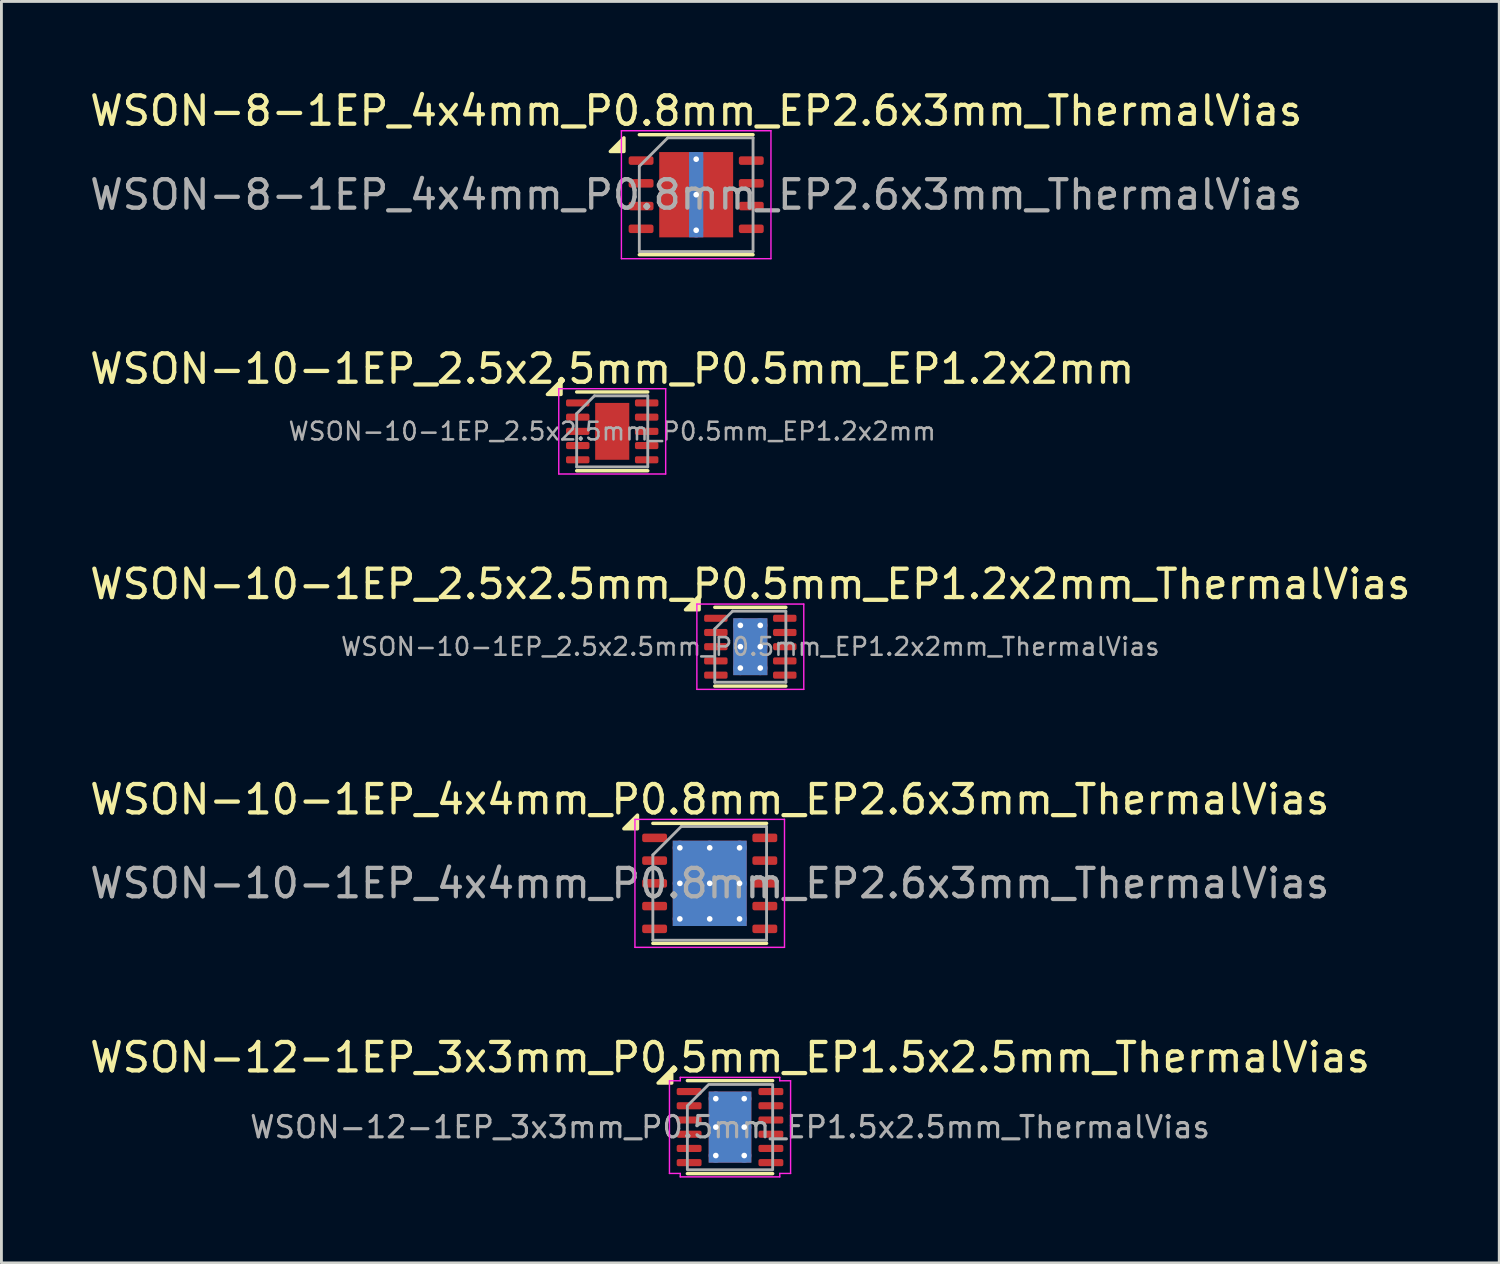
<source format=kicad_pcb>
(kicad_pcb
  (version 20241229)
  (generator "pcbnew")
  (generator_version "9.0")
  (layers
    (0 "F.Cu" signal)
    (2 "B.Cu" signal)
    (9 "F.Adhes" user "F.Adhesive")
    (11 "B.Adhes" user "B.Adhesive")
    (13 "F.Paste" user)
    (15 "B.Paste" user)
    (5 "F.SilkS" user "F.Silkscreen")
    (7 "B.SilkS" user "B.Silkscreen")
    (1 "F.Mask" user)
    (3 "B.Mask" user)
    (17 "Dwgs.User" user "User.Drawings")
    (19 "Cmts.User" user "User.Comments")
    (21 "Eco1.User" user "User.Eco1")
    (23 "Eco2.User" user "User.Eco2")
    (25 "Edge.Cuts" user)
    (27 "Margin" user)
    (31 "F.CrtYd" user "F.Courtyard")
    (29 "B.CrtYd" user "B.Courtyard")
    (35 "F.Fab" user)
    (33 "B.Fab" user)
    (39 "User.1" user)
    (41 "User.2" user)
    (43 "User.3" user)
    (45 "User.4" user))
  (footprint "WSON-10-1EP_4x4mm_P0.8mm_EP2.6x3mm_ThermalVias"
    (layer "F.Cu")
    (at 21.911 28.018)
    (property "Reference" "WSON-10-1EP_4x4mm_P0.8mm_EP2.6x3mm_ThermalVias" (at 0 -2.95 0) (layer "F.SilkS") (effects (font (size 1 1) (thickness 0.15))))
    (attr smd)
    (fp_line (start -2 -2.11) (end 2 -2.11) (stroke (width 0.12) (type solid)) (layer "F.SilkS"))
    (fp_line (start -2 2.11) (end 2 2.11) (stroke (width 0.12) (type solid)) (layer "F.SilkS"))
    (fp_poly (pts (xy -2.54 -1.92) (xy -3.02 -1.92) (xy -2.54 -2.4) (xy -2.54 -1.92)) (stroke (width 0.12) (type solid)) (fill yes) (layer "F.SilkS"))
    (fp_line (start -2.63 -2.25) (end -2.63 2.25) (stroke (width 0.05) (type solid)) (layer "F.CrtYd"))
    (fp_line (start -2.63 2.25) (end 2.63 2.25) (stroke (width 0.05) (type solid)) (layer "F.CrtYd"))
    (fp_line (start 2.63 -2.25) (end -2.63 -2.25) (stroke (width 0.05) (type solid)) (layer "F.CrtYd"))
    (fp_line (start 2.63 2.25) (end 2.63 -2.25) (stroke (width 0.05) (type solid)) (layer "F.CrtYd"))
    (fp_line (start -2 -1) (end -1 -2) (stroke (width 0.1) (type solid)) (layer "F.Fab"))
    (fp_line (start -2 2) (end -2 -1) (stroke (width 0.1) (type solid)) (layer "F.Fab"))
    (fp_line (start -1 -2) (end 2 -2) (stroke (width 0.1) (type solid)) (layer "F.Fab"))
    (fp_line (start 2 -2) (end 2 2) (stroke (width 0.1) (type solid)) (layer "F.Fab"))
    (fp_line (start 2 2) (end -2 2) (stroke (width 0.1) (type solid)) (layer "F.Fab"))
    (fp_text user "${REFERENCE}" (at 0 0 0) (layer "F.Fab") (effects (font (size 1 1) (thickness 0.15))))
    (pad "" smd roundrect (at -0.65 -0.75) (size 1.13 1.3) (layers "F.Paste") (roundrect_rratio 0.221))
    (pad "" smd roundrect (at -0.65 0.75) (size 1.13 1.3) (layers "F.Paste") (roundrect_rratio 0.221))
    (pad "" smd roundrect (at 0.65 -0.75) (size 1.13 1.3) (layers "F.Paste") (roundrect_rratio 0.221))
    (pad "" smd roundrect (at 0.65 0.75) (size 1.13 1.3) (layers "F.Paste") (roundrect_rratio 0.221))
    (pad "1" smd roundrect (at -1.938 -1.6) (size 0.875 0.3) (layers "F.Cu" "F.Mask" "F.Paste") (roundrect_rratio 0.25))
    (pad "2" smd roundrect (at -1.938 -0.8) (size 0.875 0.3) (layers "F.Cu" "F.Mask" "F.Paste") (roundrect_rratio 0.25))
    (pad "3" smd roundrect (at -1.938 0) (size 0.875 0.3) (layers "F.Cu" "F.Mask" "F.Paste") (roundrect_rratio 0.25))
    (pad "4" smd roundrect (at -1.938 0.8) (size 0.875 0.3) (layers "F.Cu" "F.Mask" "F.Paste") (roundrect_rratio 0.25))
    (pad "5" smd roundrect (at -1.938 1.6) (size 0.875 0.3) (layers "F.Cu" "F.Mask" "F.Paste") (roundrect_rratio 0.25))
    (pad "6" smd roundrect (at 1.938 1.6) (size 0.875 0.3) (layers "F.Cu" "F.Mask" "F.Paste") (roundrect_rratio 0.25))
    (pad "7" smd roundrect (at 1.938 0.8) (size 0.875 0.3) (layers "F.Cu" "F.Mask" "F.Paste") (roundrect_rratio 0.25))
    (pad "8" smd roundrect (at 1.938 0) (size 0.875 0.3) (layers "F.Cu" "F.Mask" "F.Paste") (roundrect_rratio 0.25))
    (pad "9" smd roundrect (at 1.938 -0.8) (size 0.875 0.3) (layers "F.Cu" "F.Mask" "F.Paste") (roundrect_rratio 0.25))
    (pad "10" smd roundrect (at 1.938 -1.6) (size 0.875 0.3) (layers "F.Cu" "F.Mask" "F.Paste") (roundrect_rratio 0.25))
    (pad "11" thru_hole circle (at -1.05 -1.25) (size 0.5 0.5) (drill 0.2) (property pad_prop_heatsink) (layers "*.Cu"))
    (pad "11" thru_hole circle (at -1.05 0) (size 0.5 0.5) (drill 0.2) (property pad_prop_heatsink) (layers "*.Cu"))
    (pad "11" thru_hole circle (at -1.05 1.25) (size 0.5 0.5) (drill 0.2) (property pad_prop_heatsink) (layers "*.Cu"))
    (pad "11" thru_hole circle (at 0 -1.25) (size 0.5 0.5) (drill 0.2) (property pad_prop_heatsink) (layers "*.Cu"))
    (pad "11" thru_hole circle (at 0 0) (size 0.5 0.5) (drill 0.2) (property pad_prop_heatsink) (layers "*.Cu"))
    (pad "11" smd rect (at 0 0) (size 2.6 3) (property pad_prop_heatsink) (layers "F.Cu" "F.Mask"))
    (pad "11" smd rect (at 0 0) (size 2.6 3) (property pad_prop_heatsink) (layers "B.Cu"))
    (pad "11" thru_hole circle (at 0 1.25) (size 0.5 0.5) (drill 0.2) (property pad_prop_heatsink) (layers "*.Cu"))
    (pad "11" thru_hole circle (at 1.05 -1.25) (size 0.5 0.5) (drill 0.2) (property pad_prop_heatsink) (layers "*.Cu"))
    (pad "11" thru_hole circle (at 1.05 0) (size 0.5 0.5) (drill 0.2) (property pad_prop_heatsink) (layers "*.Cu"))
    (pad "11" thru_hole circle (at 1.05 1.25) (size 0.5 0.5) (drill 0.2) (property pad_prop_heatsink) (layers "*.Cu")))
  (footprint "WSON-10-1EP_2.5x2.5mm_P0.5mm_EP1.2x2mm"
    (layer "F.Cu")
    (at 18.482 12.121)
    (property "Reference" "WSON-10-1EP_2.5x2.5mm_P0.5mm_EP1.2x2mm" (at 0 -2.2 0) (layer "F.SilkS") (effects (font (size 1 1) (thickness 0.15))))
    (attr smd)
    (fp_line (start -1.25 -1.385) (end 1.25 -1.385) (stroke (width 0.12) (type solid)) (layer "F.SilkS"))
    (fp_line (start -1.25 1.385) (end 1.25 1.385) (stroke (width 0.12) (type solid)) (layer "F.SilkS"))
    (fp_poly (pts (xy -1.8 -1.3) (xy -2.28 -1.3) (xy -1.8 -1.78) (xy -1.8 -1.3)) (stroke (width 0.12) (type solid)) (fill yes) (layer "F.SilkS"))
    (fp_line (start -1.88 -1.5) (end -1.88 1.5) (stroke (width 0.05) (type solid)) (layer "F.CrtYd"))
    (fp_line (start -1.88 1.5) (end 1.88 1.5) (stroke (width 0.05) (type solid)) (layer "F.CrtYd"))
    (fp_line (start 1.88 -1.5) (end -1.88 -1.5) (stroke (width 0.05) (type solid)) (layer "F.CrtYd"))
    (fp_line (start 1.88 1.5) (end 1.88 -1.5) (stroke (width 0.05) (type solid)) (layer "F.CrtYd"))
    (fp_line (start -1.25 -0.625) (end -0.625 -1.25) (stroke (width 0.1) (type solid)) (layer "F.Fab"))
    (fp_line (start -1.25 1.25) (end -1.25 -0.625) (stroke (width 0.1) (type solid)) (layer "F.Fab"))
    (fp_line (start -0.625 -1.25) (end 1.25 -1.25) (stroke (width 0.1) (type solid)) (layer "F.Fab"))
    (fp_line (start 1.25 -1.25) (end 1.25 1.25) (stroke (width 0.1) (type solid)) (layer "F.Fab"))
    (fp_line (start 1.25 1.25) (end -1.25 1.25) (stroke (width 0.1) (type solid)) (layer "F.Fab"))
    (fp_text user "${REFERENCE}" (at 0 0 0) (layer "F.Fab") (effects (font (size 0.62 0.62) (thickness 0.09))))
    (pad "" smd roundrect (at -0.3 -0.5) (size 0.48 0.81) (layers "F.Paste") (roundrect_rratio 0.25))
    (pad "" smd roundrect (at -0.3 0.5) (size 0.48 0.81) (layers "F.Paste") (roundrect_rratio 0.25))
    (pad "" smd roundrect (at 0.3 -0.5) (size 0.48 0.81) (layers "F.Paste") (roundrect_rratio 0.25))
    (pad "" smd roundrect (at 0.3 0.5) (size 0.48 0.81) (layers "F.Paste") (roundrect_rratio 0.25))
    (pad "1" smd roundrect (at -1.212 -1) (size 0.825 0.25) (layers "F.Cu" "F.Mask" "F.Paste") (roundrect_rratio 0.25))
    (pad "2" smd roundrect (at -1.212 -0.5) (size 0.825 0.25) (layers "F.Cu" "F.Mask" "F.Paste") (roundrect_rratio 0.25))
    (pad "3" smd roundrect (at -1.212 0) (size 0.825 0.25) (layers "F.Cu" "F.Mask" "F.Paste") (roundrect_rratio 0.25))
    (pad "4" smd roundrect (at -1.212 0.5) (size 0.825 0.25) (layers "F.Cu" "F.Mask" "F.Paste") (roundrect_rratio 0.25))
    (pad "5" smd roundrect (at -1.212 1) (size 0.825 0.25) (layers "F.Cu" "F.Mask" "F.Paste") (roundrect_rratio 0.25))
    (pad "6" smd roundrect (at 1.212 1) (size 0.825 0.25) (layers "F.Cu" "F.Mask" "F.Paste") (roundrect_rratio 0.25))
    (pad "7" smd roundrect (at 1.212 0.5) (size 0.825 0.25) (layers "F.Cu" "F.Mask" "F.Paste") (roundrect_rratio 0.25))
    (pad "8" smd roundrect (at 1.212 0) (size 0.825 0.25) (layers "F.Cu" "F.Mask" "F.Paste") (roundrect_rratio 0.25))
    (pad "9" smd roundrect (at 1.212 -0.5) (size 0.825 0.25) (layers "F.Cu" "F.Mask" "F.Paste") (roundrect_rratio 0.25))
    (pad "10" smd roundrect (at 1.212 -1) (size 0.825 0.25) (layers "F.Cu" "F.Mask" "F.Paste") (roundrect_rratio 0.25))
    (pad "11" smd rect (at 0 0) (size 1.2 2) (property pad_prop_heatsink) (layers "F.Cu" "F.Mask")))
  (footprint "WSON-12-1EP_3x3mm_P0.5mm_EP1.5x2.5mm_ThermalVias"
    (layer "F.Cu")
    (at 22.625 36.591)
    (property "Reference" "WSON-12-1EP_3x3mm_P0.5mm_EP1.5x2.5mm_ThermalVias" (at 0 -2.45 0) (layer "F.SilkS") (effects (font (size 1 1) (thickness 0.15))))
    (attr smd)
    (fp_line (start -1.5 -1.635) (end 1.5 -1.635) (stroke (width 0.12) (type solid)) (layer "F.SilkS"))
    (fp_line (start -1.5 1.635) (end 1.5 1.635) (stroke (width 0.12) (type solid)) (layer "F.SilkS"))
    (fp_poly (pts (xy -2.05 -1.55) (xy -2.53 -1.55) (xy -2.05 -2.03)) (stroke (width 0.12) (type solid)) (fill yes) (layer "F.SilkS"))
    (fp_line (start -2.13 -1.63) (end -1.75 -1.63) (stroke (width 0.05) (type solid)) (layer "F.CrtYd"))
    (fp_line (start -2.13 1.63) (end -2.13 -1.63) (stroke (width 0.05) (type solid)) (layer "F.CrtYd"))
    (fp_line (start -1.75 -1.75) (end 1.75 -1.75) (stroke (width 0.05) (type solid)) (layer "F.CrtYd"))
    (fp_line (start -1.75 -1.63) (end -1.75 -1.75) (stroke (width 0.05) (type solid)) (layer "F.CrtYd"))
    (fp_line (start -1.75 1.63) (end -2.13 1.63) (stroke (width 0.05) (type solid)) (layer "F.CrtYd"))
    (fp_line (start -1.75 1.75) (end -1.75 1.63) (stroke (width 0.05) (type solid)) (layer "F.CrtYd"))
    (fp_line (start 1.75 -1.75) (end 1.75 -1.63) (stroke (width 0.05) (type solid)) (layer "F.CrtYd"))
    (fp_line (start 1.75 -1.63) (end 2.13 -1.63) (stroke (width 0.05) (type solid)) (layer "F.CrtYd"))
    (fp_line (start 1.75 1.63) (end 1.75 1.75) (stroke (width 0.05) (type solid)) (layer "F.CrtYd"))
    (fp_line (start 1.75 1.75) (end -1.75 1.75) (stroke (width 0.05) (type solid)) (layer "F.CrtYd"))
    (fp_line (start 2.13 -1.63) (end 2.13 1.63) (stroke (width 0.05) (type solid)) (layer "F.CrtYd"))
    (fp_line (start 2.13 1.63) (end 1.75 1.63) (stroke (width 0.05) (type solid)) (layer "F.CrtYd"))
    (fp_poly (pts (xy -1.5 -0.75) (xy -1.5 1.5) (xy 1.5 1.5) (xy 1.5 -1.5) (xy -0.75 -1.5)) (stroke (width 0.1) (type solid)) (fill no) (layer "F.Fab"))
    (fp_text user "${REFERENCE}" (at 0 0 0) (layer "F.Fab") (effects (font (size 0.75 0.75) (thickness 0.11))))
    (pad "" smd roundrect (at -0.375 -0.625) (size 0.65 1.08) (layers "F.Paste") (roundrect_rratio 0.25))
    (pad "" smd roundrect (at -0.375 0.625) (size 0.65 1.08) (layers "F.Paste") (roundrect_rratio 0.25))
    (pad "" smd roundrect (at 0.375 -0.625) (size 0.65 1.08) (layers "F.Paste") (roundrect_rratio 0.25))
    (pad "" smd roundrect (at 0.375 0.625) (size 0.65 1.08) (layers "F.Paste") (roundrect_rratio 0.25))
    (pad "1" smd roundrect (at -1.438 -1.25) (size 0.875 0.25) (layers "F.Cu" "F.Mask" "F.Paste") (roundrect_rratio 0.25))
    (pad "2" smd roundrect (at -1.438 -0.75) (size 0.875 0.25) (layers "F.Cu" "F.Mask" "F.Paste") (roundrect_rratio 0.25))
    (pad "3" smd roundrect (at -1.438 -0.25) (size 0.875 0.25) (layers "F.Cu" "F.Mask" "F.Paste") (roundrect_rratio 0.25))
    (pad "4" smd roundrect (at -1.438 0.25) (size 0.875 0.25) (layers "F.Cu" "F.Mask" "F.Paste") (roundrect_rratio 0.25))
    (pad "5" smd roundrect (at -1.438 0.75) (size 0.875 0.25) (layers "F.Cu" "F.Mask" "F.Paste") (roundrect_rratio 0.25))
    (pad "6" smd roundrect (at -1.438 1.25) (size 0.875 0.25) (layers "F.Cu" "F.Mask" "F.Paste") (roundrect_rratio 0.25))
    (pad "7" smd roundrect (at 1.438 1.25) (size 0.875 0.25) (layers "F.Cu" "F.Mask" "F.Paste") (roundrect_rratio 0.25))
    (pad "8" smd roundrect (at 1.438 0.75) (size 0.875 0.25) (layers "F.Cu" "F.Mask" "F.Paste") (roundrect_rratio 0.25))
    (pad "9" smd roundrect (at 1.438 0.25) (size 0.875 0.25) (layers "F.Cu" "F.Mask" "F.Paste") (roundrect_rratio 0.25))
    (pad "10" smd roundrect (at 1.438 -0.25) (size 0.875 0.25) (layers "F.Cu" "F.Mask" "F.Paste") (roundrect_rratio 0.25))
    (pad "11" smd roundrect (at 1.438 -0.75) (size 0.875 0.25) (layers "F.Cu" "F.Mask" "F.Paste") (roundrect_rratio 0.25))
    (pad "12" smd roundrect (at 1.438 -1.25) (size 0.875 0.25) (layers "F.Cu" "F.Mask" "F.Paste") (roundrect_rratio 0.25))
    (pad "13" thru_hole circle (at -0.5 -1) (size 0.5 0.5) (drill 0.2) (property pad_prop_heatsink) (layers "*.Cu"))
    (pad "13" thru_hole circle (at -0.5 0) (size 0.5 0.5) (drill 0.2) (property pad_prop_heatsink) (layers "*.Cu"))
    (pad "13" thru_hole circle (at -0.5 1) (size 0.5 0.5) (drill 0.2) (property pad_prop_heatsink) (layers "*.Cu"))
    (pad "13" smd rect (at 0 0) (size 1.5 2.5) (property pad_prop_heatsink) (layers "F.Cu" "F.Mask"))
    (pad "13" smd rect (at 0 0) (size 1.5 2.5) (property pad_prop_heatsink) (layers "B.Cu"))
    (pad "13" thru_hole circle (at 0.5 -1) (size 0.5 0.5) (drill 0.2) (property pad_prop_heatsink) (layers "*.Cu"))
    (pad "13" thru_hole circle (at 0.5 0) (size 0.5 0.5) (drill 0.2) (property pad_prop_heatsink) (layers "*.Cu"))
    (pad "13" thru_hole circle (at 0.5 1) (size 0.5 0.5) (drill 0.2) (property pad_prop_heatsink) (layers "*.Cu")))
  (footprint "WSON-8-1EP_4x4mm_P0.8mm_EP2.6x3mm_ThermalVias"
    (layer "F.Cu")
    (at 21.435 3.798)
    (property "Reference" "WSON-8-1EP_4x4mm_P0.8mm_EP2.6x3mm_ThermalVias" (at 0 -2.95 0) (layer "F.SilkS") (effects (font (size 1 1) (thickness 0.15))))
    (attr smd)
    (fp_line (start -2 -2.11) (end 2 -2.11) (stroke (width 0.12) (type solid)) (layer "F.SilkS"))
    (fp_line (start -2 2.11) (end 2 2.11) (stroke (width 0.12) (type solid)) (layer "F.SilkS"))
    (fp_poly (pts (xy -2.54 -1.52) (xy -3.02 -1.52) (xy -2.54 -2) (xy -2.54 -1.52)) (stroke (width 0.12) (type solid)) (fill yes) (layer "F.SilkS"))
    (fp_line (start -2.63 -2.25) (end -2.63 2.25) (stroke (width 0.05) (type solid)) (layer "F.CrtYd"))
    (fp_line (start -2.63 2.25) (end 2.63 2.25) (stroke (width 0.05) (type solid)) (layer "F.CrtYd"))
    (fp_line (start 2.63 -2.25) (end -2.63 -2.25) (stroke (width 0.05) (type solid)) (layer "F.CrtYd"))
    (fp_line (start 2.63 2.25) (end 2.63 -2.25) (stroke (width 0.05) (type solid)) (layer "F.CrtYd"))
    (fp_line (start -2 -1) (end -1 -2) (stroke (width 0.1) (type solid)) (layer "F.Fab"))
    (fp_line (start -2 2) (end -2 -1) (stroke (width 0.1) (type solid)) (layer "F.Fab"))
    (fp_line (start -1 -2) (end 2 -2) (stroke (width 0.1) (type solid)) (layer "F.Fab"))
    (fp_line (start 2 -2) (end 2 2) (stroke (width 0.1) (type solid)) (layer "F.Fab"))
    (fp_line (start 2 2) (end -2 2) (stroke (width 0.1) (type solid)) (layer "F.Fab"))
    (fp_text user "${REFERENCE}" (at 0 0 0) (layer "F.Fab") (effects (font (size 1 1) (thickness 0.15))))
    (pad "" smd roundrect (at -0.65 -0.625) (size 1.048 1.008) (layers "F.Paste") (roundrect_rratio 0.248))
    (pad "" smd roundrect (at -0.65 0.625) (size 1.048 1.008) (layers "F.Paste") (roundrect_rratio 0.248))
    (pad "" smd roundrect (at 0.65 -0.625) (size 1.048 1.008) (layers "F.Paste") (roundrect_rratio 0.248))
    (pad "" smd roundrect (at 0.65 0.625) (size 1.048 1.008) (layers "F.Paste") (roundrect_rratio 0.248))
    (pad "1" smd roundrect (at -1.938 -1.2) (size 0.875 0.3) (layers "F.Cu" "F.Mask" "F.Paste") (roundrect_rratio 0.25))
    (pad "2" smd roundrect (at -1.938 -0.4) (size 0.875 0.3) (layers "F.Cu" "F.Mask" "F.Paste") (roundrect_rratio 0.25))
    (pad "3" smd roundrect (at -1.938 0.4) (size 0.875 0.3) (layers "F.Cu" "F.Mask" "F.Paste") (roundrect_rratio 0.25))
    (pad "4" smd roundrect (at -1.938 1.2) (size 0.875 0.3) (layers "F.Cu" "F.Mask" "F.Paste") (roundrect_rratio 0.25))
    (pad "5" smd roundrect (at 1.938 1.2) (size 0.875 0.3) (layers "F.Cu" "F.Mask" "F.Paste") (roundrect_rratio 0.25))
    (pad "6" smd roundrect (at 1.938 0.4) (size 0.875 0.3) (layers "F.Cu" "F.Mask" "F.Paste") (roundrect_rratio 0.25))
    (pad "7" smd roundrect (at 1.938 -0.4) (size 0.875 0.3) (layers "F.Cu" "F.Mask" "F.Paste") (roundrect_rratio 0.25))
    (pad "8" smd roundrect (at 1.938 -1.2) (size 0.875 0.3) (layers "F.Cu" "F.Mask" "F.Paste") (roundrect_rratio 0.25))
    (pad "9" thru_hole circle (at 0 -1.25) (size 0.5 0.5) (drill 0.2) (property pad_prop_heatsink) (layers "*.Cu"))
    (pad "9" thru_hole circle (at 0 0) (size 0.5 0.5) (drill 0.2) (property pad_prop_heatsink) (layers "*.Cu"))
    (pad "9" smd rect (at 0 0) (size 0.5 3) (property pad_prop_heatsink) (layers "B.Cu"))
    (pad "9" smd rect (at 0 0) (size 2.6 3) (property pad_prop_heatsink) (layers "F.Cu" "F.Mask"))
    (pad "9" thru_hole circle (at 0 1.25) (size 0.5 0.5) (drill 0.2) (property pad_prop_heatsink) (layers "*.Cu")))
  (footprint "WSON-10-1EP_2.5x2.5mm_P0.5mm_EP1.2x2mm_ThermalVias"
    (layer "F.Cu")
    (at 23.339 19.695)
    (property "Reference" "WSON-10-1EP_2.5x2.5mm_P0.5mm_EP1.2x2mm_ThermalVias" (at 0 -2.2 0) (layer "F.SilkS") (effects (font (size 1 1) (thickness 0.15))))
    (attr smd)
    (fp_line (start -1.25 -1.385) (end 1.25 -1.385) (stroke (width 0.12) (type solid)) (layer "F.SilkS"))
    (fp_line (start -1.25 1.385) (end 1.25 1.385) (stroke (width 0.12) (type solid)) (layer "F.SilkS"))
    (fp_poly (pts (xy -1.8 -1.3) (xy -2.28 -1.3) (xy -1.8 -1.78) (xy -1.8 -1.3)) (stroke (width 0.12) (type solid)) (fill yes) (layer "F.SilkS"))
    (fp_line (start -1.88 -1.5) (end -1.88 1.5) (stroke (width 0.05) (type solid)) (layer "F.CrtYd"))
    (fp_line (start -1.88 1.5) (end 1.88 1.5) (stroke (width 0.05) (type solid)) (layer "F.CrtYd"))
    (fp_line (start 1.88 -1.5) (end -1.88 -1.5) (stroke (width 0.05) (type solid)) (layer "F.CrtYd"))
    (fp_line (start 1.88 1.5) (end 1.88 -1.5) (stroke (width 0.05) (type solid)) (layer "F.CrtYd"))
    (fp_line (start -1.25 -0.625) (end -0.625 -1.25) (stroke (width 0.1) (type solid)) (layer "F.Fab"))
    (fp_line (start -1.25 1.25) (end -1.25 -0.625) (stroke (width 0.1) (type solid)) (layer "F.Fab"))
    (fp_line (start -0.625 -1.25) (end 1.25 -1.25) (stroke (width 0.1) (type solid)) (layer "F.Fab"))
    (fp_line (start 1.25 -1.25) (end 1.25 1.25) (stroke (width 0.1) (type solid)) (layer "F.Fab"))
    (fp_line (start 1.25 1.25) (end -1.25 1.25) (stroke (width 0.1) (type solid)) (layer "F.Fab"))
    (fp_text user "${REFERENCE}" (at 0 0 0) (layer "F.Fab") (effects (font (size 0.62 0.62) (thickness 0.09))))
    (pad "" smd roundrect (at -0.3 -0.5) (size 0.52 0.87) (layers "F.Paste") (roundrect_rratio 0.25))
    (pad "" smd roundrect (at -0.3 0.5) (size 0.52 0.87) (layers "F.Paste") (roundrect_rratio 0.25))
    (pad "" smd roundrect (at 0.3 -0.5) (size 0.52 0.87) (layers "F.Paste") (roundrect_rratio 0.25))
    (pad "" smd roundrect (at 0.3 0.5) (size 0.52 0.87) (layers "F.Paste") (roundrect_rratio 0.25))
    (pad "1" smd roundrect (at -1.212 -1) (size 0.825 0.25) (layers "F.Cu" "F.Mask" "F.Paste") (roundrect_rratio 0.25))
    (pad "2" smd roundrect (at -1.212 -0.5) (size 0.825 0.25) (layers "F.Cu" "F.Mask" "F.Paste") (roundrect_rratio 0.25))
    (pad "3" smd roundrect (at -1.212 0) (size 0.825 0.25) (layers "F.Cu" "F.Mask" "F.Paste") (roundrect_rratio 0.25))
    (pad "4" smd roundrect (at -1.212 0.5) (size 0.825 0.25) (layers "F.Cu" "F.Mask" "F.Paste") (roundrect_rratio 0.25))
    (pad "5" smd roundrect (at -1.212 1) (size 0.825 0.25) (layers "F.Cu" "F.Mask" "F.Paste") (roundrect_rratio 0.25))
    (pad "6" smd roundrect (at 1.212 1) (size 0.825 0.25) (layers "F.Cu" "F.Mask" "F.Paste") (roundrect_rratio 0.25))
    (pad "7" smd roundrect (at 1.212 0.5) (size 0.825 0.25) (layers "F.Cu" "F.Mask" "F.Paste") (roundrect_rratio 0.25))
    (pad "8" smd roundrect (at 1.212 0) (size 0.825 0.25) (layers "F.Cu" "F.Mask" "F.Paste") (roundrect_rratio 0.25))
    (pad "9" smd roundrect (at 1.212 -0.5) (size 0.825 0.25) (layers "F.Cu" "F.Mask" "F.Paste") (roundrect_rratio 0.25))
    (pad "10" smd roundrect (at 1.212 -1) (size 0.825 0.25) (layers "F.Cu" "F.Mask" "F.Paste") (roundrect_rratio 0.25))
    (pad "11" thru_hole circle (at -0.35 -0.75) (size 0.5 0.5) (drill 0.2) (property pad_prop_heatsink) (layers "*.Cu"))
    (pad "11" thru_hole circle (at -0.35 0) (size 0.5 0.5) (drill 0.2) (property pad_prop_heatsink) (layers "*.Cu"))
    (pad "11" thru_hole circle (at -0.35 0.75) (size 0.5 0.5) (drill 0.2) (property pad_prop_heatsink) (layers "*.Cu"))
    (pad "11" smd rect (at 0 0) (size 1.2 2) (property pad_prop_heatsink) (layers "F.Cu" "F.Mask"))
    (pad "11" smd rect (at 0 0) (size 1.2 2) (property pad_prop_heatsink) (layers "B.Cu"))
    (pad "11" thru_hole circle (at 0.35 -0.75) (size 0.5 0.5) (drill 0.2) (property pad_prop_heatsink) (layers "*.Cu"))
    (pad "11" thru_hole circle (at 0.35 0) (size 0.5 0.5) (drill 0.2) (property pad_prop_heatsink) (layers "*.Cu"))
    (pad "11" thru_hole circle (at 0.35 0.75) (size 0.5 0.5) (drill 0.2) (property pad_prop_heatsink) (layers "*.Cu")))
  (gr_rect
    (start -3 -3)
    (end 49.679 41.366)
    (stroke (width 0.1) (type default))
    (fill no)
    (layer "Edge.Cuts")))
</source>
